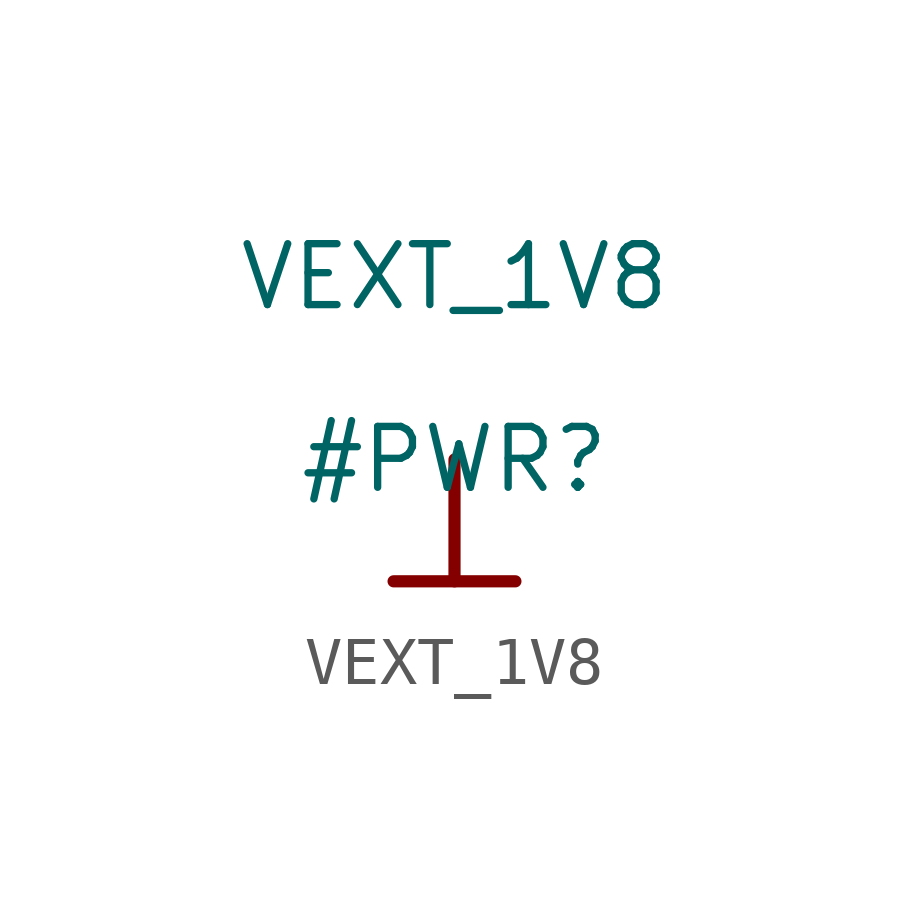
<source format=kicad_sym>
(kicad_symbol_lib
  (version 20211014)
  (generator kicad_symbol_editor)
  (symbol "VEXT_1V8"
    (power)
    (property "Reference" "#PWR"
      (at 0 0 0)
      (effects (font (size 1.27 1.27))))
    (property "Value" "VEXT_1V8"
      (at 0 3.81 0)
      (effects (font (size 1.27 1.27))))
    (symbol "VEXT_1V8_0_0"
      (polyline (pts (xy -1.27 -2.54) (xy 1.27 -2.54)) (stroke (width 0.254) (type default) (color 0 0 0 0)) (fill (type none)))
      (polyline (pts (xy 0 0) (xy 0 -2.54)) (stroke (width 0.254) (type default) (color 0 0 0 0)) (fill (type none)))
      (pin power_in line (at 0 0 0) (length 0) hide (name "VEXT_1V8" (effects (font (size 1.27 1.27)))) (number "" (effects (font (size 1.27 1.27))))))))
</source>
